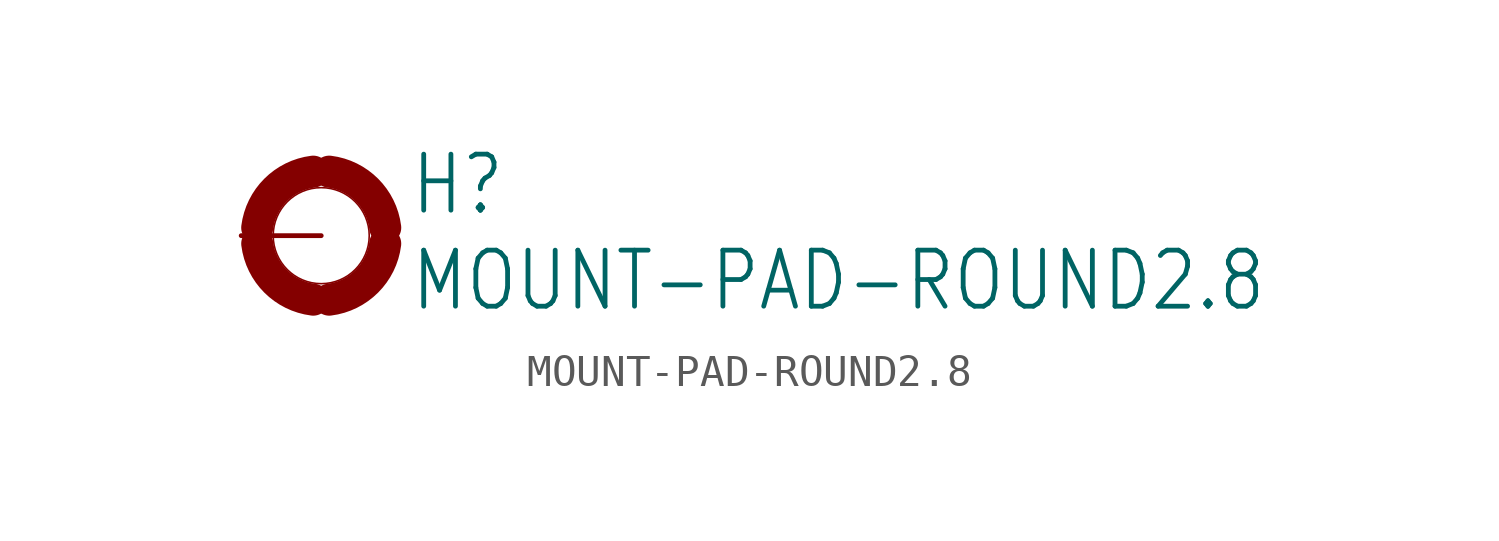
<source format=kicad_sym>
(kicad_symbol_lib
  (version 20211014)
  (generator kicad_symbol_editor)
  (symbol "MOUNT-PAD-ROUND2.8"
    (property "Reference" "H"
      (at 2.794 0.584 0)
      (effects (font (size 1.778 1.511)) (justify left bottom)))
    (property "Value" "MOUNT-PAD-ROUND2.8"
      (at 2.794 -2.464 0)
      (effects (font (size 1.778 1.511)) (justify left bottom)))
    (property "ki_locked" ""
      (at 0 0 0)
      (effects (font (size 1.27 1.27))))
    (symbol "MOUNT-PAD-ROUND2.8_1_0"
      (arc (start -2.032 -0.254) (mid -1.448 -1.448) (end -0.254 -2.032) (stroke (width 1.016) (type default) (color 0 0 0 0)) (fill (type none)))
      (arc (start -0.254 2.032) (mid -1.448 1.448) (end -2.032 0.254) (stroke (width 1.016) (type default) (color 0 0 0 0)) (fill (type none)))
      (circle (center 0 0) (radius 1.524) (stroke (width 0.051) (type default) (color 0 0 0 0)) (fill (type none)))
      (arc (start 0.254 -2.032) (mid 1.448 -1.448) (end 2.032 -0.254) (stroke (width 1.016) (type default) (color 0 0 0 0)) (fill (type none)))
      (arc (start 2.032 0.254) (mid 1.448 1.448) (end 0.254 2.032) (stroke (width 1.016) (type default) (color 0 0 0 0)) (fill (type none)))
      (pin passive line (at -2.54 0 0) (length 2.54) (name "MOUNT" (effects (font (size 0 0)))) (number "B2,8" (effects (font (size 0 0))))))))
</source>
